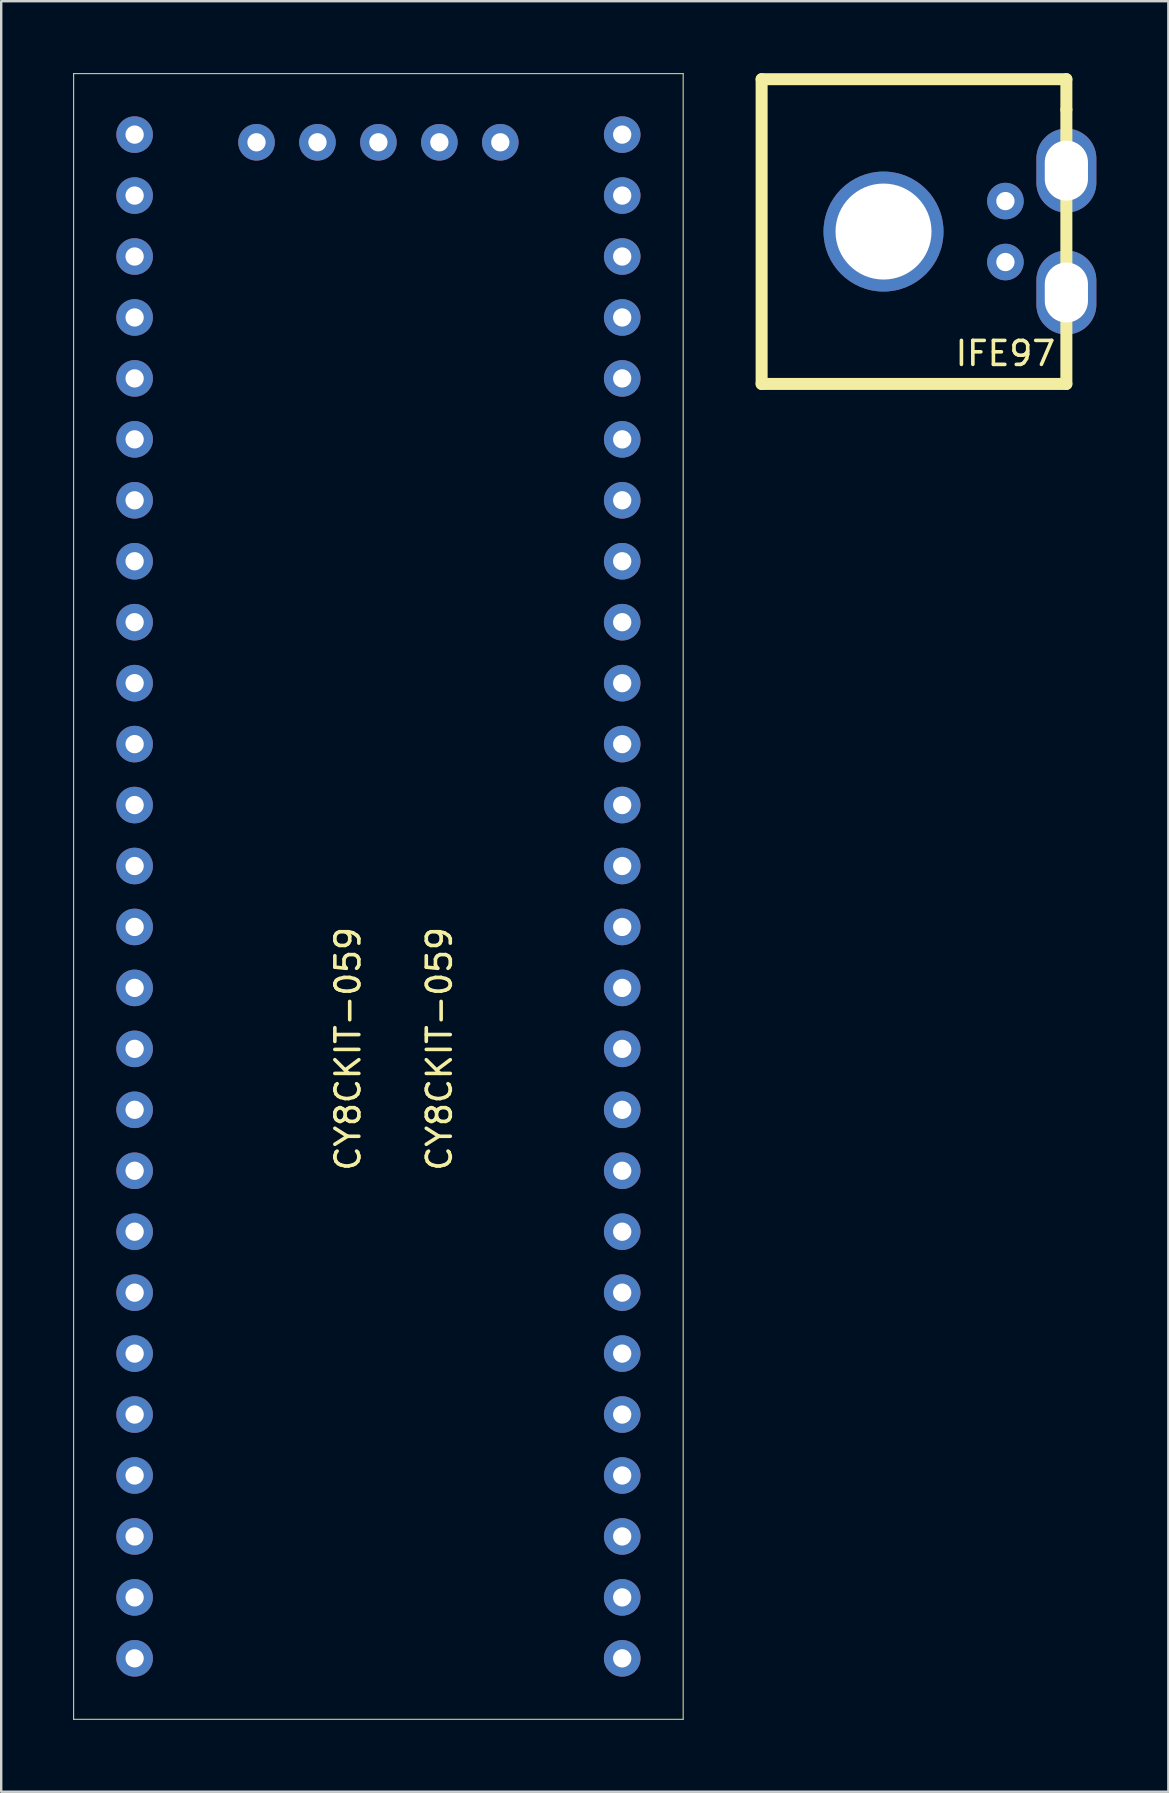
<source format=kicad_pcb>
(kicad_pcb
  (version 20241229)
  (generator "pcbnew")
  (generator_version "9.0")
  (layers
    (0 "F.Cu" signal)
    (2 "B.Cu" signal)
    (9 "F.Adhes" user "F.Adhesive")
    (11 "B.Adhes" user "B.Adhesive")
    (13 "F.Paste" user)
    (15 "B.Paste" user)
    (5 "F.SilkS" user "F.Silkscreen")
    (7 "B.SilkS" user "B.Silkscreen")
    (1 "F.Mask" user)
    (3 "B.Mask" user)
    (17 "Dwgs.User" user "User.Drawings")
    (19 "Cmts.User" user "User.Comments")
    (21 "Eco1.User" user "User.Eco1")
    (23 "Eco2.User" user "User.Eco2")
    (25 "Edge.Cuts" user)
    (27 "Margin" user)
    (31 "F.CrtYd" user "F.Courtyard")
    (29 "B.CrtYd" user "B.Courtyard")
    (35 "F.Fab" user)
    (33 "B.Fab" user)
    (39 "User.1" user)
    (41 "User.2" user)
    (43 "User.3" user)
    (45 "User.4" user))
  (footprint "CY8CKIT-059"
    (layer "F.Cu")
    (at 8.91 22.88)
    (property "Reference" "CY8CKIT-059" (at 6.35 17.78 90) (layer "F.SilkS") (effects (font (size 1 1) (thickness 0.15))))
    (attr through_hole)
    (fp_line (start -8.89 -22.86) (end 16.51 -22.86) (stroke (width 0.04) (type solid)) (layer "F.SilkS"))
    (fp_line (start -8.89 45.72) (end -8.89 -22.86) (stroke (width 0.04) (type solid)) (layer "F.SilkS"))
    (fp_line (start 16.51 -22.86) (end 16.51 45.72) (stroke (width 0.04) (type solid)) (layer "F.SilkS"))
    (fp_line (start 16.51 45.72) (end -8.89 45.72) (stroke (width 0.04) (type solid)) (layer "F.SilkS"))
    (fp_text user "CY8CKIT-059" (at 2.54 17.78 90) (layer "F.SilkS") (effects (font (size 1 1) (thickness 0.15))))
    (pad "1" thru_hole circle (at -6.35 -20.32) (size 1.524 1.524) (drill 0.762) (layers "*.Cu" "*.Mask"))
    (pad "2" thru_hole circle (at -6.35 -17.78) (size 1.524 1.524) (drill 0.762) (layers "*.Cu" "*.Mask"))
    (pad "3" thru_hole circle (at -6.35 -15.24) (size 1.524 1.524) (drill 0.762) (layers "*.Cu" "*.Mask"))
    (pad "4" thru_hole circle (at -6.35 -12.7) (size 1.524 1.524) (drill 0.762) (layers "*.Cu" "*.Mask"))
    (pad "5" thru_hole circle (at -6.35 -10.16) (size 1.524 1.524) (drill 0.762) (layers "*.Cu" "*.Mask"))
    (pad "6" thru_hole circle (at -6.35 -7.62) (size 1.524 1.524) (drill 0.762) (layers "*.Cu" "*.Mask"))
    (pad "7" thru_hole circle (at -6.35 -5.08) (size 1.524 1.524) (drill 0.762) (layers "*.Cu" "*.Mask"))
    (pad "8" thru_hole circle (at -6.35 -2.54) (size 1.524 1.524) (drill 0.762) (layers "*.Cu" "*.Mask"))
    (pad "9" thru_hole circle (at -6.35 0) (size 1.524 1.524) (drill 0.762) (layers "*.Cu" "*.Mask"))
    (pad "10" thru_hole circle (at -6.35 2.54) (size 1.524 1.524) (drill 0.762) (layers "*.Cu" "*.Mask"))
    (pad "11" thru_hole circle (at -6.35 5.08) (size 1.524 1.524) (drill 0.762) (layers "*.Cu" "*.Mask"))
    (pad "12" thru_hole circle (at -6.35 7.62) (size 1.524 1.524) (drill 0.762) (layers "*.Cu" "*.Mask"))
    (pad "13" thru_hole circle (at -6.35 10.16) (size 1.524 1.524) (drill 0.762) (layers "*.Cu" "*.Mask"))
    (pad "14" thru_hole circle (at -6.35 12.7) (size 1.524 1.524) (drill 0.762) (layers "*.Cu" "*.Mask"))
    (pad "15" thru_hole circle (at -6.35 15.24) (size 1.524 1.524) (drill 0.762) (layers "*.Cu" "*.Mask"))
    (pad "16" thru_hole circle (at -6.35 17.78) (size 1.524 1.524) (drill 0.762) (layers "*.Cu" "*.Mask"))
    (pad "17" thru_hole circle (at -6.35 20.32) (size 1.524 1.524) (drill 0.762) (layers "*.Cu" "*.Mask"))
    (pad "18" thru_hole circle (at -6.35 22.86) (size 1.524 1.524) (drill 0.762) (layers "*.Cu" "*.Mask"))
    (pad "19" thru_hole circle (at -6.35 25.4) (size 1.524 1.524) (drill 0.762) (layers "*.Cu" "*.Mask"))
    (pad "20" thru_hole circle (at -6.35 27.94) (size 1.524 1.524) (drill 0.762) (layers "*.Cu" "*.Mask"))
    (pad "21" thru_hole circle (at -6.35 30.48) (size 1.524 1.524) (drill 0.762) (layers "*.Cu" "*.Mask"))
    (pad "22" thru_hole circle (at -6.35 33.02) (size 1.524 1.524) (drill 0.762) (layers "*.Cu" "*.Mask"))
    (pad "23" thru_hole circle (at -6.35 35.56) (size 1.524 1.524) (drill 0.762) (layers "*.Cu" "*.Mask"))
    (pad "24" thru_hole circle (at -6.35 38.1) (size 1.524 1.524) (drill 0.762) (layers "*.Cu" "*.Mask"))
    (pad "25" thru_hole circle (at -6.35 40.64) (size 1.524 1.524) (drill 0.762) (layers "*.Cu" "*.Mask"))
    (pad "26" thru_hole circle (at -6.35 43.18) (size 1.524 1.524) (drill 0.762) (layers "*.Cu" "*.Mask"))
    (pad "27" thru_hole circle (at 13.97 43.18) (size 1.524 1.524) (drill 0.762) (layers "*.Cu" "*.Mask"))
    (pad "28" thru_hole circle (at 13.97 40.64) (size 1.524 1.524) (drill 0.762) (layers "*.Cu" "*.Mask"))
    (pad "29" thru_hole circle (at 13.97 38.1) (size 1.524 1.524) (drill 0.762) (layers "*.Cu" "*.Mask"))
    (pad "30" thru_hole circle (at 13.97 35.56) (size 1.524 1.524) (drill 0.762) (layers "*.Cu" "*.Mask"))
    (pad "31" thru_hole circle (at 13.97 33.02) (size 1.524 1.524) (drill 0.762) (layers "*.Cu" "*.Mask"))
    (pad "32" thru_hole circle (at 13.97 30.48) (size 1.524 1.524) (drill 0.762) (layers "*.Cu" "*.Mask"))
    (pad "33" thru_hole circle (at 13.97 27.94) (size 1.524 1.524) (drill 0.762) (layers "*.Cu" "*.Mask"))
    (pad "34" thru_hole circle (at 13.97 25.4) (size 1.524 1.524) (drill 0.762) (layers "*.Cu" "*.Mask"))
    (pad "35" thru_hole circle (at 13.97 22.86) (size 1.524 1.524) (drill 0.762) (layers "*.Cu" "*.Mask"))
    (pad "36" thru_hole circle (at 13.97 20.32) (size 1.524 1.524) (drill 0.762) (layers "*.Cu" "*.Mask"))
    (pad "37" thru_hole circle (at 13.97 17.78) (size 1.524 1.524) (drill 0.762) (layers "*.Cu" "*.Mask"))
    (pad "38" thru_hole circle (at 13.97 15.24) (size 1.524 1.524) (drill 0.762) (layers "*.Cu" "*.Mask"))
    (pad "39" thru_hole circle (at 13.97 12.7) (size 1.524 1.524) (drill 0.762) (layers "*.Cu" "*.Mask"))
    (pad "40" thru_hole circle (at 13.97 10.16) (size 1.524 1.524) (drill 0.762) (layers "*.Cu" "*.Mask"))
    (pad "41" thru_hole circle (at 13.97 7.62) (size 1.524 1.524) (drill 0.762) (layers "*.Cu" "*.Mask"))
    (pad "42" thru_hole circle (at 13.97 5.08) (size 1.524 1.524) (drill 0.762) (layers "*.Cu" "*.Mask"))
    (pad "43" thru_hole circle (at 13.97 2.54) (size 1.524 1.524) (drill 0.762) (layers "*.Cu" "*.Mask"))
    (pad "44" thru_hole circle (at 13.97 0) (size 1.524 1.524) (drill 0.762) (layers "*.Cu" "*.Mask"))
    (pad "45" thru_hole circle (at 13.97 -2.54) (size 1.524 1.524) (drill 0.762) (layers "*.Cu" "*.Mask"))
    (pad "46" thru_hole circle (at 13.97 -5.08) (size 1.524 1.524) (drill 0.762) (layers "*.Cu" "*.Mask"))
    (pad "47" thru_hole circle (at 13.97 -7.62) (size 1.524 1.524) (drill 0.762) (layers "*.Cu" "*.Mask"))
    (pad "48" thru_hole circle (at 13.97 -10.16) (size 1.524 1.524) (drill 0.762) (layers "*.Cu" "*.Mask"))
    (pad "49" thru_hole circle (at 13.97 -12.7) (size 1.524 1.524) (drill 0.762) (layers "*.Cu" "*.Mask"))
    (pad "50" thru_hole circle (at 13.97 -15.24) (size 1.524 1.524) (drill 0.762) (layers "*.Cu" "*.Mask"))
    (pad "51" thru_hole circle (at 13.97 -17.78) (size 1.524 1.524) (drill 0.762) (layers "*.Cu" "*.Mask"))
    (pad "52" thru_hole circle (at 13.97 -20.32) (size 1.524 1.524) (drill 0.762) (layers "*.Cu" "*.Mask"))
    (pad "53" thru_hole circle (at 8.89 -20) (size 1.524 1.524) (drill 0.762) (layers "*.Cu" "*.Mask"))
    (pad "54" thru_hole circle (at 6.35 -20) (size 1.524 1.524) (drill 0.762) (layers "*.Cu" "*.Mask"))
    (pad "55" thru_hole circle (at 3.81 -20) (size 1.524 1.524) (drill 0.762) (layers "*.Cu" "*.Mask"))
    (pad "56" thru_hole circle (at 1.27 -20) (size 1.524 1.524) (drill 0.762) (layers "*.Cu" "*.Mask"))
    (pad "57" thru_hole circle (at -1.27 -20) (size 1.524 1.524) (drill 0.762) (layers "*.Cu" "*.Mask")))
  (footprint "IFE97"
    (layer "F.Cu")
    (at 38.85 6.6)
    (property "Reference" "IFE97" (at 0 5.08 0) (layer "F.SilkS") (effects (font (size 1 1) (thickness 0.15))))
    (attr through_hole)
    (fp_line (start -10.16 6.35) (end -10.16 -6.35) (stroke (width 0.5) (type solid)) (layer "F.SilkS"))
    (fp_line (start -5.08 0) (end -3.81 0) (stroke (width 0.5) (type solid)) (layer "F.SilkS"))
    (fp_line (start -3.81 0) (end -5.08 -1.27) (stroke (width 0.5) (type solid)) (layer "F.SilkS"))
    (fp_line (start -3.81 0) (end -5.08 1.27) (stroke (width 0.5) (type solid)) (layer "F.SilkS"))
    (fp_line (start 2.54 -6.35) (end -10.16 -6.35) (stroke (width 0.5) (type solid)) (layer "F.SilkS"))
    (fp_line (start 2.54 -6.35) (end 2.54 -5.08) (stroke (width 0.5) (type solid)) (layer "F.SilkS"))
    (fp_line (start 2.54 -5.08) (end 2.54 6.35) (stroke (width 0.5) (type solid)) (layer "F.SilkS"))
    (fp_line (start 2.54 6.35) (end -10.16 6.35) (stroke (width 0.5) (type solid)) (layer "F.SilkS"))
    (pad "1" thru_hole circle (at 0 1.27) (size 1.524 1.524) (drill 0.762) (layers "*.Cu" "*.Mask"))
    (pad "2" thru_hole circle (at 0 -1.27) (size 1.524 1.524) (drill 0.762) (layers "*.Cu" "*.Mask"))
    (pad "4" thru_hole oval (at 2.54 -2.54) (size 2.5 3.5) (drill oval 1.8 2.5) (layers "*.Cu" "*.Mask"))
    (pad "4" thru_hole oval (at 2.54 2.54) (size 2.5 3.5) (drill oval 1.8 2.5) (layers "*.Cu" "*.Mask"))
    (pad "5" thru_hole oval (at -5.08 0) (size 5 5) (drill oval 4) (layers "*.Cu" "*.Mask")))
  (gr_rect
    (start -3 -3)
    (end 45.64 71.62)
    (stroke (width 0.1) (type default))
    (fill no)
    (layer "Edge.Cuts")))
</source>
